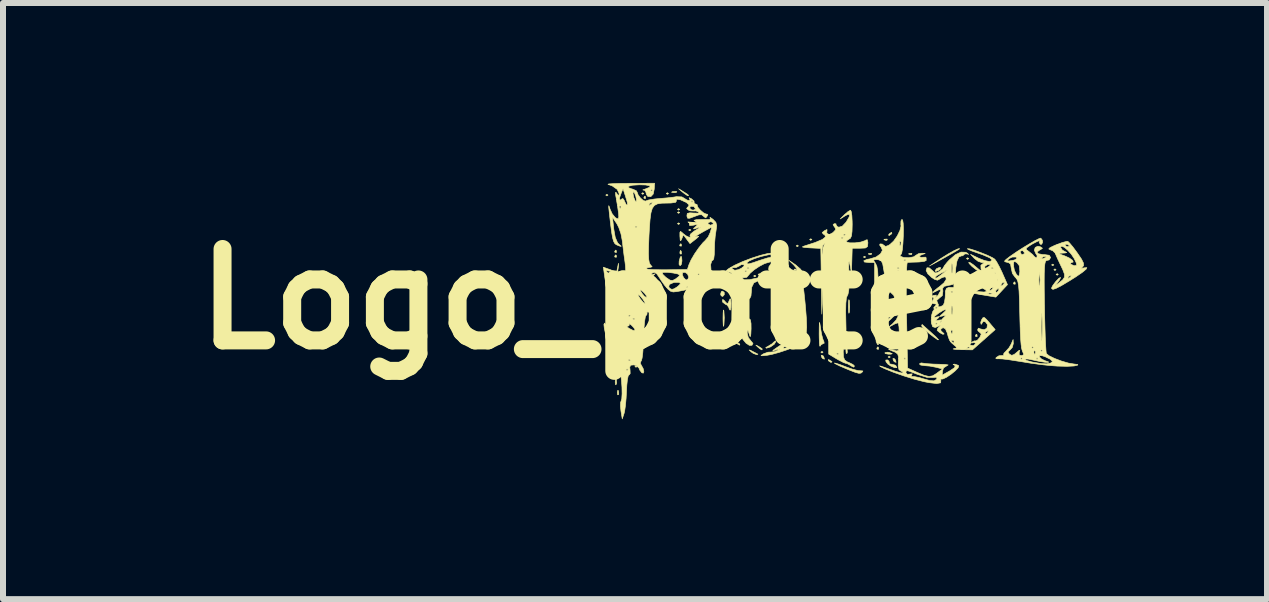
<source format=kicad_pcb>
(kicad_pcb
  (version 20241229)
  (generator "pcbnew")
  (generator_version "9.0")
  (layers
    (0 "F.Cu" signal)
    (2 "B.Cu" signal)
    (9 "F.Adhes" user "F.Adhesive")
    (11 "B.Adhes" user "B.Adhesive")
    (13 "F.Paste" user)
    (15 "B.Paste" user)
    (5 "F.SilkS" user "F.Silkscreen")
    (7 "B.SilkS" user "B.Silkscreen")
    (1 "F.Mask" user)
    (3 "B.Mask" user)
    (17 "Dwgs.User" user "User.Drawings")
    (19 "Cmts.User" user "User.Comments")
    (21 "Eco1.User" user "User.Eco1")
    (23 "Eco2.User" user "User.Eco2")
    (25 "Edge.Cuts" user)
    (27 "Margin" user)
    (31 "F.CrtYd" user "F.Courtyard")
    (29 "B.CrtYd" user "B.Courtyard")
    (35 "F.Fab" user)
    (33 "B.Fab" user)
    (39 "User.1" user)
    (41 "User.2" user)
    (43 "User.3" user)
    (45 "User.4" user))
  (footprint "Logo_potter"
    (layer "F.Cu")
    (at 6.938 1.936)
    (property "Reference" "Logo_potter" (at 0 0 180) (layer "F.SilkS") (effects (font (size 1.524 1.524) (thickness 0.3))))
    (attr through_hole)
    (fp_poly (pts (xy 0.294 -0.45) (xy 0.289 -0.452) (xy 0.295 -0.456) (xy 0.294 -0.45)) (stroke (width 0.01) (type solid)) (fill yes) (layer "F.SilkS"))
    (fp_poly (pts (xy 0.149 -1.733) (xy 0.131 -1.72) (xy 0.112 -1.733) (xy 0.131 -1.746) (xy 0.149 -1.733)) (stroke (width 0.01) (type solid)) (fill yes) (layer "F.SilkS"))
    (fp_poly (pts (xy 0.261 0.384) (xy 0.243 0.397) (xy 0.224 0.384) (xy 0.243 0.37) (xy 0.261 0.384)) (stroke (width 0.01) (type solid)) (fill yes) (layer "F.SilkS"))
    (fp_poly (pts (xy 0.635 1.124) (xy 0.616 1.138) (xy 0.598 1.124) (xy 0.616 1.111) (xy 0.635 1.124)) (stroke (width 0.01) (type solid)) (fill yes) (layer "F.SilkS"))
    (fp_poly (pts (xy 0.747 -1.759) (xy 0.728 -1.746) (xy 0.71 -1.759) (xy 0.728 -1.773) (xy 0.747 -1.759)) (stroke (width 0.01) (type solid)) (fill yes) (layer "F.SilkS"))
    (fp_poly (pts (xy 1.158 -1.759) (xy 1.139 -1.746) (xy 1.121 -1.759) (xy 1.139 -1.773) (xy 1.158 -1.759)) (stroke (width 0.01) (type solid)) (fill yes) (layer "F.SilkS"))
    (fp_poly (pts (xy 1.345 -1.495) (xy 1.326 -1.482) (xy 1.307 -1.495) (xy 1.326 -1.508) (xy 1.345 -1.495)) (stroke (width 0.01) (type solid)) (fill yes) (layer "F.SilkS"))
    (fp_poly (pts (xy 1.345 -1.442) (xy 1.326 -1.429) (xy 1.307 -1.442) (xy 1.326 -1.455) (xy 1.345 -1.442)) (stroke (width 0.01) (type solid)) (fill yes) (layer "F.SilkS"))
    (fp_poly (pts (xy 1.345 -1.257) (xy 1.326 -1.244) (xy 1.307 -1.257) (xy 1.326 -1.27) (xy 1.345 -1.257)) (stroke (width 0.01) (type solid)) (fill yes) (layer "F.SilkS"))
    (fp_poly (pts (xy 1.531 -1.151) (xy 1.513 -1.138) (xy 1.494 -1.151) (xy 1.513 -1.164) (xy 1.531 -1.151)) (stroke (width 0.01) (type solid)) (fill yes) (layer "F.SilkS"))
    (fp_poly (pts (xy 2.615 -0.384) (xy 2.596 -0.37) (xy 2.577 -0.384) (xy 2.596 -0.397) (xy 2.615 -0.384)) (stroke (width 0.01) (type solid)) (fill yes) (layer "F.SilkS"))
    (fp_poly (pts (xy 2.689 -0.41) (xy 2.671 -0.397) (xy 2.652 -0.41) (xy 2.671 -0.423) (xy 2.689 -0.41)) (stroke (width 0.01) (type solid)) (fill yes) (layer "F.SilkS"))
    (fp_poly (pts (xy 3.026 -0.728) (xy 3.007 -0.714) (xy 2.988 -0.728) (xy 3.007 -0.741) (xy 3.026 -0.728)) (stroke (width 0.01) (type solid)) (fill yes) (layer "F.SilkS"))
    (fp_poly (pts (xy 3.026 -0.648) (xy 3.007 -0.635) (xy 2.988 -0.648) (xy 3.007 -0.661) (xy 3.026 -0.648)) (stroke (width 0.01) (type solid)) (fill yes) (layer "F.SilkS"))
    (fp_poly (pts (xy 3.138 -0.675) (xy 3.119 -0.661) (xy 3.1 -0.675) (xy 3.119 -0.688) (xy 3.138 -0.675)) (stroke (width 0.01) (type solid)) (fill yes) (layer "F.SilkS"))
    (fp_poly (pts (xy 3.287 -0.489) (xy 3.268 -0.476) (xy 3.25 -0.489) (xy 3.268 -0.503) (xy 3.287 -0.489)) (stroke (width 0.01) (type solid)) (fill yes) (layer "F.SilkS"))
    (fp_poly (pts (xy 3.324 -0.886) (xy 3.306 -0.873) (xy 3.287 -0.886) (xy 3.306 -0.9) (xy 3.324 -0.886)) (stroke (width 0.01) (type solid)) (fill yes) (layer "F.SilkS"))
    (fp_poly (pts (xy 3.549 -0.992) (xy 3.53 -0.979) (xy 3.511 -0.992) (xy 3.53 -1.005) (xy 3.549 -0.992)) (stroke (width 0.01) (type solid)) (fill yes) (layer "F.SilkS"))
    (fp_poly (pts (xy 3.735 0.886) (xy 3.717 0.9) (xy 3.698 0.886) (xy 3.717 0.873) (xy 3.735 0.886)) (stroke (width 0.01) (type solid)) (fill yes) (layer "F.SilkS"))
    (fp_poly (pts (xy 4.445 -0.701) (xy 4.426 -0.688) (xy 4.408 -0.701) (xy 4.426 -0.714) (xy 4.445 -0.701)) (stroke (width 0.01) (type solid)) (fill yes) (layer "F.SilkS"))
    (fp_poly (pts (xy 4.781 0.489) (xy 4.763 0.503) (xy 4.744 0.489) (xy 4.763 0.476) (xy 4.781 0.489)) (stroke (width 0.01) (type solid)) (fill yes) (layer "F.SilkS"))
    (fp_poly (pts (xy 4.819 0.569) (xy 4.8 0.582) (xy 4.781 0.569) (xy 4.8 0.556) (xy 4.819 0.569)) (stroke (width 0.01) (type solid)) (fill yes) (layer "F.SilkS"))
    (fp_poly (pts (xy 4.856 0.146) (xy 4.837 0.159) (xy 4.819 0.146) (xy 4.837 0.132) (xy 4.856 0.146)) (stroke (width 0.01) (type solid)) (fill yes) (layer "F.SilkS"))
    (fp_poly (pts (xy 4.856 0.966) (xy 4.837 0.979) (xy 4.819 0.966) (xy 4.837 0.953) (xy 4.856 0.966)) (stroke (width 0.01) (type solid)) (fill yes) (layer "F.SilkS"))
    (fp_poly (pts (xy 4.893 0.542) (xy 4.875 0.556) (xy 4.856 0.542) (xy 4.875 0.529) (xy 4.893 0.542)) (stroke (width 0.01) (type solid)) (fill yes) (layer "F.SilkS"))
    (fp_poly (pts (xy 4.931 0.146) (xy 4.912 0.159) (xy 4.893 0.146) (xy 4.912 0.132) (xy 4.931 0.146)) (stroke (width 0.01) (type solid)) (fill yes) (layer "F.SilkS"))
    (fp_poly (pts (xy 5.454 -0.119) (xy 5.435 -0.106) (xy 5.416 -0.119) (xy 5.435 -0.132) (xy 5.454 -0.119)) (stroke (width 0.01) (type solid)) (fill yes) (layer "F.SilkS"))
    (fp_poly (pts (xy 6.163 -0.675) (xy 6.145 -0.661) (xy 6.126 -0.675) (xy 6.145 -0.688) (xy 6.163 -0.675)) (stroke (width 0.01) (type solid)) (fill yes) (layer "F.SilkS"))
    (fp_poly (pts (xy 7.583 -0.569) (xy 7.564 -0.556) (xy 7.545 -0.569) (xy 7.564 -0.582) (xy 7.583 -0.569)) (stroke (width 0.01) (type solid)) (fill yes) (layer "F.SilkS"))
    (fp_poly (pts (xy 7.62 -0.489) (xy 7.601 -0.476) (xy 7.583 -0.489) (xy 7.601 -0.503) (xy 7.62 -0.489)) (stroke (width 0.01) (type solid)) (fill yes) (layer "F.SilkS"))
    (fp_poly (pts (xy 7.657 -0.41) (xy 7.639 -0.397) (xy 7.62 -0.41) (xy 7.639 -0.423) (xy 7.657 -0.41)) (stroke (width 0.01) (type solid)) (fill yes) (layer "F.SilkS"))
    (fp_poly (pts (xy 0.249 0.485) (xy 0.253 0.516) (xy 0.249 0.52) (xy 0.227 0.517) (xy 0.224 0.503) (xy 0.238 0.481) (xy 0.249 0.485)) (stroke (width 0.01) (type solid)) (fill yes) (layer "F.SilkS"))
    (fp_poly (pts (xy 0.286 -0.811) (xy 0.291 -0.78) (xy 0.286 -0.776) (xy 0.264 -0.78) (xy 0.261 -0.794) (xy 0.275 -0.816) (xy 0.286 -0.811)) (stroke (width 0.01) (type solid)) (fill yes) (layer "F.SilkS"))
    (fp_poly (pts (xy 0.286 -0.732) (xy 0.291 -0.701) (xy 0.286 -0.697) (xy 0.264 -0.7) (xy 0.261 -0.714) (xy 0.275 -0.736) (xy 0.286 -0.732)) (stroke (width 0.01) (type solid)) (fill yes) (layer "F.SilkS"))
    (fp_poly (pts (xy 0.324 1.528) (xy 0.328 1.582) (xy 0.324 1.594) (xy 0.31 1.597) (xy 0.305 1.561) (xy 0.311 1.523) (xy 0.324 1.528)) (stroke (width 0.01) (type solid)) (fill yes) (layer "F.SilkS"))
    (fp_poly (pts (xy 0.772 -1.711) (xy 0.776 -1.68) (xy 0.772 -1.676) (xy 0.75 -1.679) (xy 0.747 -1.693) (xy 0.761 -1.715) (xy 0.772 -1.711)) (stroke (width 0.01) (type solid)) (fill yes) (layer "F.SilkS"))
    (fp_poly (pts (xy 1.297 -1.789) (xy 1.286 -1.777) (xy 1.248 -1.775) (xy 1.208 -1.781) (xy 1.226 -1.791) (xy 1.284 -1.794) (xy 1.297 -1.789)) (stroke (width 0.01) (type solid)) (fill yes) (layer "F.SilkS"))
    (fp_poly (pts (xy 1.37 -0.917) (xy 1.374 -0.886) (xy 1.37 -0.882) (xy 1.347 -0.886) (xy 1.345 -0.9) (xy 1.358 -0.921) (xy 1.37 -0.917)) (stroke (width 0.01) (type solid)) (fill yes) (layer "F.SilkS"))
    (fp_poly (pts (xy 1.37 -0.799) (xy 1.375 -0.757) (xy 1.367 -0.748) (xy 1.35 -0.756) (xy 1.348 -0.783) (xy 1.357 -0.811) (xy 1.37 -0.799)) (stroke (width 0.01) (type solid)) (fill yes) (layer "F.SilkS"))
    (fp_poly (pts (xy 2.042 -0.229) (xy 2.046 -0.198) (xy 2.042 -0.194) (xy 2.02 -0.198) (xy 2.017 -0.212) (xy 2.031 -0.233) (xy 2.042 -0.229)) (stroke (width 0.01) (type solid)) (fill yes) (layer "F.SilkS"))
    (fp_poly (pts (xy 2.192 -0.322) (xy 2.196 -0.281) (xy 2.189 -0.272) (xy 2.172 -0.28) (xy 2.169 -0.306) (xy 2.179 -0.335) (xy 2.192 -0.322)) (stroke (width 0.01) (type solid)) (fill yes) (layer "F.SilkS"))
    (fp_poly (pts (xy 2.938 -0.245) (xy 2.943 -0.191) (xy 2.938 -0.179) (xy 2.925 -0.175) (xy 2.919 -0.212) (xy 2.925 -0.249) (xy 2.938 -0.245)) (stroke (width 0.01) (type solid)) (fill yes) (layer "F.SilkS"))
    (fp_poly (pts (xy 4.545 -0.758) (xy 4.539 -0.743) (xy 4.52 -0.741) (xy 4.489 -0.751) (xy 4.495 -0.758) (xy 4.539 -0.762) (xy 4.545 -0.758)) (stroke (width 0.01) (type solid)) (fill yes) (layer "F.SilkS"))
    (fp_poly (pts (xy 4.657 0.803) (xy 4.661 0.834) (xy 4.657 0.838) (xy 4.634 0.834) (xy 4.632 0.82) (xy 4.645 0.798) (xy 4.657 0.803)) (stroke (width 0.01) (type solid)) (fill yes) (layer "F.SilkS"))
    (fp_poly (pts (xy 4.806 -0.997) (xy 4.801 -0.981) (xy 4.781 -0.979) (xy 4.75 -0.989) (xy 4.756 -0.997) (xy 4.801 -1) (xy 4.806 -0.997)) (stroke (width 0.01) (type solid)) (fill yes) (layer "F.SilkS"))
    (fp_poly (pts (xy 5.217 -0.758) (xy 5.212 -0.743) (xy 5.192 -0.741) (xy 5.161 -0.751) (xy 5.167 -0.758) (xy 5.211 -0.762) (xy 5.217 -0.758)) (stroke (width 0.01) (type solid)) (fill yes) (layer "F.SilkS"))
    (fp_poly (pts (xy 5.442 -0.031) (xy 5.446 0.01) (xy 5.439 0.019) (xy 5.422 0.011) (xy 5.419 -0.015) (xy 5.428 -0.044) (xy 5.442 -0.031)) (stroke (width 0.01) (type solid)) (fill yes) (layer "F.SilkS"))
    (fp_poly (pts (xy 6.3 0.591) (xy 6.305 0.622) (xy 6.3 0.626) (xy 6.278 0.623) (xy 6.275 0.609) (xy 6.289 0.587) (xy 6.3 0.591)) (stroke (width 0.01) (type solid)) (fill yes) (layer "F.SilkS"))
    (fp_poly (pts (xy 6.935 -0.282) (xy 6.94 -0.251) (xy 6.935 -0.247) (xy 6.913 -0.251) (xy 6.91 -0.265) (xy 6.924 -0.286) (xy 6.935 -0.282)) (stroke (width 0.01) (type solid)) (fill yes) (layer "F.SilkS"))
    (fp_poly (pts (xy 0.322 -0.591) (xy 0.325 -0.595) (xy 0.323 -0.548) (xy 0.322 -0.529) (xy 0.312 -0.467) (xy 0.295 -0.456) (xy 0.311 -0.536) (xy 0.322 -0.591)) (stroke (width 0.01) (type solid)) (fill yes) (layer "F.SilkS"))
    (fp_poly (pts (xy 1.41 -1.788) (xy 1.47 -1.75) (xy 1.494 -1.729) (xy 1.477 -1.722) (xy 1.424 -1.758) (xy 1.397 -1.779) (xy 1.326 -1.839) (xy 1.41 -1.788)) (stroke (width 0.01) (type solid)) (fill yes) (layer "F.SilkS"))
    (fp_poly (pts (xy 2.087 -0.112) (xy 2.088 -0.073) (xy 2.062 -0.043) (xy 2.036 -0.054) (xy 2.027 -0.081) (xy 2.038 -0.123) (xy 2.057 -0.132) (xy 2.087 -0.112)) (stroke (width 0.01) (type solid)) (fill yes) (layer "F.SilkS"))
    (fp_poly (pts (xy 3.734 0.945) (xy 3.748 0.965) (xy 3.758 1.002) (xy 3.733 0.995) (xy 3.715 0.977) (xy 3.704 0.943) (xy 3.708 0.936) (xy 3.734 0.945)) (stroke (width 0.01) (type solid)) (fill yes) (layer "F.SilkS"))
    (fp_poly (pts (xy 3.842 1.016) (xy 3.881 1.041) (xy 3.885 1.047) (xy 3.867 1.058) (xy 3.83 1.033) (xy 3.825 1.028) (xy 3.821 1.01) (xy 3.842 1.016)) (stroke (width 0.01) (type solid)) (fill yes) (layer "F.SilkS"))
    (fp_poly (pts (xy 4.649 0.664) (xy 4.661 0.703) (xy 4.66 0.757) (xy 4.645 0.761) (xy 4.621 0.714) (xy 4.616 0.667) (xy 4.627 0.65) (xy 4.649 0.664)) (stroke (width 0.01) (type solid)) (fill yes) (layer "F.SilkS"))
    (fp_poly (pts (xy 4.802 0.018) (xy 4.795 0.038) (xy 4.765 0.076) (xy 4.746 0.069) (xy 4.744 0.054) (xy 4.771 0.019) (xy 4.781 0.013) (xy 4.802 0.018)) (stroke (width 0.01) (type solid)) (fill yes) (layer "F.SilkS"))
    (fp_poly (pts (xy 4.838 0.89) (xy 4.889 0.91) (xy 4.868 0.919) (xy 4.821 0.919) (xy 4.77 0.908) (xy 4.766 0.895) (xy 4.811 0.886) (xy 4.838 0.89)) (stroke (width 0.01) (type solid)) (fill yes) (layer "F.SilkS"))
    (fp_poly (pts (xy 4.929 0.998) (xy 4.943 1.018) (xy 4.953 1.055) (xy 4.928 1.048) (xy 4.91 1.03) (xy 4.899 0.995) (xy 4.904 0.989) (xy 4.929 0.998)) (stroke (width 0.01) (type solid)) (fill yes) (layer "F.SilkS"))
    (fp_poly (pts (xy 5.7 -0.522) (xy 5.69 -0.498) (xy 5.66 -0.477) (xy 5.613 -0.46) (xy 5.603 -0.471) (xy 5.626 -0.506) (xy 5.673 -0.526) (xy 5.7 -0.522)) (stroke (width 0.01) (type solid)) (fill yes) (layer "F.SilkS"))
    (fp_poly (pts (xy 0.25 1.144) (xy 0.256 1.211) (xy 0.25 1.237) (xy 0.239 1.245) (xy 0.233 1.209) (xy 0.233 1.191) (xy 0.237 1.142) (xy 0.246 1.137) (xy 0.25 1.144)) (stroke (width 0.01) (type solid)) (fill yes) (layer "F.SilkS"))
    (fp_poly (pts (xy 0.287 1.33) (xy 0.293 1.397) (xy 0.287 1.422) (xy 0.276 1.43) (xy 0.27 1.394) (xy 0.27 1.376) (xy 0.274 1.328) (xy 0.284 1.322) (xy 0.287 1.33)) (stroke (width 0.01) (type solid)) (fill yes) (layer "F.SilkS"))
    (fp_poly (pts (xy 2.261 0.696) (xy 2.288 0.711) (xy 2.346 0.75) (xy 2.346 0.767) (xy 2.339 0.767) (xy 2.308 0.749) (xy 2.274 0.721) (xy 2.241 0.69) (xy 2.261 0.696)) (stroke (width 0.01) (type solid)) (fill yes) (layer "F.SilkS"))
    (fp_poly (pts (xy 2.634 0.776) (xy 2.661 0.79) (xy 2.719 0.829) (xy 2.719 0.846) (xy 2.713 0.847) (xy 2.681 0.829) (xy 2.647 0.8) (xy 2.615 0.769) (xy 2.634 0.776)) (stroke (width 0.01) (type solid)) (fill yes) (layer "F.SilkS"))
    (fp_poly (pts (xy 4.133 0.823) (xy 4.135 0.827) (xy 4.14 0.885) (xy 4.133 0.907) (xy 4.121 0.908) (xy 4.116 0.866) (xy 4.116 0.86) (xy 4.121 0.819) (xy 4.133 0.823)) (stroke (width 0.01) (type solid)) (fill yes) (layer "F.SilkS"))
    (fp_poly (pts (xy 4.807 0.229) (xy 4.8 0.238) (xy 4.765 0.263) (xy 4.758 0.265) (xy 4.756 0.247) (xy 4.763 0.238) (xy 4.798 0.213) (xy 4.804 0.212) (xy 4.807 0.229)) (stroke (width 0.01) (type solid)) (fill yes) (layer "F.SilkS"))
    (fp_poly (pts (xy 4.882 -1.094) (xy 4.875 -1.085) (xy 4.839 -1.06) (xy 4.833 -1.058) (xy 4.83 -1.075) (xy 4.837 -1.085) (xy 4.872 -1.11) (xy 4.879 -1.111) (xy 4.882 -1.094)) (stroke (width 0.01) (type solid)) (fill yes) (layer "F.SilkS"))
    (fp_poly (pts (xy 2.521 0.853) (xy 2.559 0.872) (xy 2.622 0.905) (xy 2.649 0.919) (xy 2.637 0.926) (xy 2.626 0.926) (xy 2.573 0.907) (xy 2.535 0.88) (xy 2.503 0.849) (xy 2.521 0.853)) (stroke (width 0.01) (type solid)) (fill yes) (layer "F.SilkS"))
    (fp_poly (pts (xy 4.647 0.472) (xy 4.648 0.518) (xy 4.631 0.582) (xy 4.611 0.6) (xy 4.597 0.571) (xy 4.594 0.534) (xy 4.603 0.476) (xy 4.625 0.45) (xy 4.627 0.45) (xy 4.647 0.472)) (stroke (width 0.01) (type solid)) (fill yes) (layer "F.SilkS"))
    (fp_poly (pts (xy 2.95 0.706) (xy 2.923 0.752) (xy 2.859 0.798) (xy 2.793 0.819) (xy 2.789 0.819) (xy 2.779 0.809) (xy 2.81 0.792) (xy 2.885 0.746) (xy 2.911 0.72) (xy 2.941 0.696) (xy 2.95 0.706)) (stroke (width 0.01) (type solid)) (fill yes) (layer "F.SilkS"))
    (fp_poly (pts (xy 2.082 0.205) (xy 2.088 0.31) (xy 2.083 0.419) (xy 2.082 0.43) (xy 2.076 0.456) (xy 2.071 0.435) (xy 2.068 0.371) (xy 2.067 0.318) (xy 2.069 0.232) (xy 2.073 0.185) (xy 2.078 0.184) (xy 2.082 0.205)) (stroke (width 0.01) (type solid)) (fill yes) (layer "F.SilkS"))
    (fp_poly (pts (xy 4.172 0.023) (xy 4.173 0.034) (xy 4.179 0.127) (xy 4.174 0.216) (xy 4.173 0.219) (xy 4.166 0.237) (xy 4.161 0.209) (xy 4.158 0.14) (xy 4.158 0.119) (xy 4.16 0.044) (xy 4.165 0.01) (xy 4.172 0.023)) (stroke (width 0.01) (type solid)) (fill yes) (layer "F.SilkS"))
    (fp_poly (pts (xy 6.014 -0.839) (xy 5.986 -0.82) (xy 5.913 -0.776) (xy 5.808 -0.717) (xy 5.762 -0.691) (xy 5.51 -0.552) (xy 5.696 -0.674) (xy 5.818 -0.75) (xy 5.919 -0.807) (xy 5.988 -0.838) (xy 6.014 -0.839) (xy 6.014 -0.839)) (stroke (width 0.01) (type solid)) (fill yes) (layer "F.SilkS"))
    (fp_poly (pts (xy 1.378 -0.691) (xy 1.382 -0.636) (xy 1.382 -0.635) (xy 1.373 -0.579) (xy 1.352 -0.556) (xy 1.351 -0.556) (xy 1.334 -0.578) (xy 1.336 -0.633) (xy 1.337 -0.635) (xy 1.352 -0.691) (xy 1.367 -0.714) (xy 1.368 -0.714) (xy 1.378 -0.691)) (stroke (width 0.01) (type solid)) (fill yes) (layer "F.SilkS"))
    (fp_poly (pts (xy 5.389 0.426) (xy 5.417 0.451) (xy 5.476 0.504) (xy 5.541 0.562) (xy 5.626 0.64) (xy 5.661 0.679) (xy 5.647 0.679) (xy 5.586 0.637) (xy 5.514 0.582) (xy 5.438 0.517) (xy 5.389 0.465) (xy 5.379 0.445) (xy 5.386 0.424) (xy 5.389 0.426)) (stroke (width 0.01) (type solid)) (fill yes) (layer "F.SilkS"))
    (fp_poly (pts (xy 4.819 1.019) (xy 4.841 1.051) (xy 4.836 1.06) (xy 4.845 1.082) (xy 4.87 1.085) (xy 4.936 1.101) (xy 4.951 1.113) (xy 4.966 1.145) (xy 4.929 1.144) (xy 4.865 1.118) (xy 4.815 1.084) (xy 4.784 1.045) (xy 4.78 1.017) (xy 4.808 1.015) (xy 4.819 1.019)) (stroke (width 0.01) (type solid)) (fill yes) (layer "F.SilkS"))
    (fp_poly (pts (xy 3.951 1.071) (xy 4.028 1.097) (xy 4.118 1.131) (xy 4.231 1.171) (xy 4.323 1.194) (xy 4.366 1.196) (xy 4.399 1.199) (xy 4.392 1.214) (xy 4.367 1.235) (xy 4.333 1.239) (xy 4.273 1.223) (xy 4.171 1.183) (xy 4.118 1.161) (xy 4.015 1.117) (xy 3.944 1.082) (xy 3.922 1.067) (xy 3.951 1.071)) (stroke (width 0.01) (type solid)) (fill yes) (layer "F.SilkS"))
    (fp_poly (pts (xy 3.683 0.417) (xy 3.694 0.485) (xy 3.696 0.504) (xy 3.713 0.598) (xy 3.733 0.672) (xy 3.749 0.709) (xy 3.754 0.737) (xy 3.74 0.741) (xy 3.701 0.763) (xy 3.686 0.787) (xy 3.679 0.783) (xy 3.674 0.735) (xy 3.671 0.651) (xy 3.67 0.582) (xy 3.671 0.469) (xy 3.673 0.405) (xy 3.676 0.389) (xy 3.683 0.417)) (stroke (width 0.01) (type solid)) (fill yes) (layer "F.SilkS"))
    (fp_poly (pts (xy 2.196 0.007) (xy 2.2 0.069) (xy 2.2 0.073) (xy 2.198 0.141) (xy 2.19 0.181) (xy 2.185 0.185) (xy 2.169 0.164) (xy 2.166 0.145) (xy 2.136 0.101) (xy 2.11 0.089) (xy 2.062 0.053) (xy 2.056 0.03) (xy 2.063 0.006) (xy 2.089 0.026) (xy 2.1 0.04) (xy 2.134 0.075) (xy 2.154 0.064) (xy 2.17 0.026) (xy 2.186 -0.005) (xy 2.196 0.007)) (stroke (width 0.01) (type solid)) (fill yes) (layer "F.SilkS"))
    (fp_poly (pts (xy 2.988 -0.089) (xy 2.994 -0.017) (xy 2.994 0.078) (xy 2.994 0.093) (xy 2.994 0.196) (xy 3.004 0.283) (xy 3.02 0.337) (xy 3.022 0.339) (xy 3.039 0.391) (xy 3.026 0.413) (xy 3.003 0.452) (xy 2.984 0.523) (xy 2.978 0.556) (xy 2.973 0.572) (xy 2.968 0.541) (xy 2.963 0.469) (xy 2.959 0.361) (xy 2.957 0.267) (xy 2.957 0.128) (xy 2.959 0.013) (xy 2.964 -0.072) (xy 2.972 -0.118) (xy 2.977 -0.123) (xy 2.988 -0.089)) (stroke (width 0.01) (type solid)) (fill yes) (layer "F.SilkS"))
    (fp_poly (pts (xy 7.846 -0.933) (xy 7.899 -0.87) (xy 7.963 -0.784) (xy 7.978 -0.763) (xy 8.045 -0.664) (xy 8.077 -0.599) (xy 8.079 -0.559) (xy 8.065 -0.54) (xy 8.041 -0.513) (xy 8.077 -0.517) (xy 8.087 -0.52) (xy 8.133 -0.524) (xy 8.122 -0.499) (xy 8.059 -0.446) (xy 7.947 -0.369) (xy 7.847 -0.306) (xy 7.711 -0.225) (xy 7.62 -0.178) (xy 7.568 -0.161) (xy 7.547 -0.173) (xy 7.545 -0.185) (xy 7.563 -0.222) (xy 7.608 -0.283) (xy 7.62 -0.297) (xy 7.666 -0.345) (xy 7.693 -0.36) (xy 7.695 -0.356) (xy 7.676 -0.316) (xy 7.636 -0.264) (xy 7.604 -0.227) (xy 7.612 -0.227) (xy 7.664 -0.266) (xy 7.673 -0.273) (xy 7.731 -0.321) (xy 7.748 -0.346) (xy 7.816 -0.346) (xy 7.821 -0.344) (xy 7.855 -0.363) (xy 7.863 -0.37) (xy 7.872 -0.395) (xy 7.867 -0.397) (xy 7.833 -0.378) (xy 7.825 -0.37) (xy 7.816 -0.346) (xy 7.748 -0.346) (xy 7.76 -0.364) (xy 7.76 -0.415) (xy 7.732 -0.49) (xy 7.693 -0.571) (xy 7.651 -0.66) (xy 7.619 -0.732) (xy 7.607 -0.763) (xy 7.675 -0.763) (xy 7.676 -0.753) (xy 7.739 -0.728) (xy 7.758 -0.722) (xy 7.841 -0.684) (xy 7.894 -0.646) (xy 7.906 -0.617) (xy 7.878 -0.609) (xy 7.857 -0.592) (xy 7.863 -0.582) (xy 7.917 -0.557) (xy 7.936 -0.556) (xy 7.962 -0.565) (xy 7.957 -0.602) (xy 7.923 -0.674) (xy 7.874 -0.748) (xy 7.816 -0.813) (xy 7.759 -0.861) (xy 7.715 -0.882) (xy 7.695 -0.867) (xy 7.695 -0.862) (xy 7.724 -0.817) (xy 7.76 -0.796) (xy 7.798 -0.776) (xy 7.772 -0.768) (xy 7.732 -0.766) (xy 7.675 -0.763) (xy 7.607 -0.763) (xy 7.606 -0.765) (xy 7.565 -0.805) (xy 7.527 -0.82) (xy 7.498 -0.835) (xy 7.519 -0.857) (xy 7.598 -0.895) (xy 7.614 -0.901) (xy 7.769 -0.901) (xy 7.797 -0.874) (xy 7.807 -0.873) (xy 7.843 -0.882) (xy 7.844 -0.885) (xy 7.818 -0.907) (xy 7.807 -0.913) (xy 7.772 -0.911) (xy 7.769 -0.901) (xy 7.614 -0.901) (xy 7.624 -0.905) (xy 7.723 -0.942) (xy 7.795 -0.961) (xy 7.817 -0.961) (xy 7.846 -0.933)) (stroke (width 0.01) (type solid)) (fill yes) (layer "F.SilkS"))
    (fp_poly (pts (xy 4.205 -1.457) (xy 4.215 -1.392) (xy 4.22 -1.297) (xy 4.221 -1.246) (xy 4.218 -1.129) (xy 4.209 -1.054) (xy 4.191 -1.013) (xy 4.162 -0.995) (xy 4.124 -0.969) (xy 4.127 -0.953) (xy 4.179 -0.937) (xy 4.268 -0.937) (xy 4.365 -0.95) (xy 4.436 -0.974) (xy 4.45 -0.984) (xy 4.472 -0.989) (xy 4.482 -0.944) (xy 4.482 -0.933) (xy 4.476 -0.875) (xy 4.441 -0.851) (xy 4.356 -0.847) (xy 4.352 -0.847) (xy 4.221 -0.847) (xy 4.215 -0.642) (xy 4.209 -0.437) (xy 4.181 -0.582) (xy 4.17 -0.625) (xy 4.164 -0.616) (xy 4.163 -0.554) (xy 4.166 -0.439) (xy 4.167 -0.411) (xy 4.17 -0.262) (xy 4.164 -0.149) (xy 4.151 -0.08) (xy 4.141 -0.061) (xy 4.124 -0.019) (xy 4.115 0.072) (xy 4.112 0.208) (xy 4.115 0.357) (xy 4.118 0.492) (xy 4.117 0.607) (xy 4.112 0.691) (xy 4.104 0.736) (xy 4.1 0.741) (xy 4.084 0.765) (xy 4.074 0.826) (xy 4.071 0.882) (xy 4.076 0.967) (xy 4.096 1.017) (xy 4.139 1.048) (xy 4.165 1.058) (xy 4.233 1.091) (xy 4.258 1.116) (xy 4.248 1.136) (xy 4.208 1.118) (xy 4.189 1.105) (xy 4.135 1.076) (xy 4.114 1.072) (xy 4.071 1.056) (xy 3.994 1.016) (xy 3.957 0.995) (xy 3.829 0.918) (xy 3.829 0.913) (xy 3.959 0.913) (xy 3.978 0.926) (xy 3.997 0.913) (xy 3.978 0.9) (xy 3.959 0.913) (xy 3.829 0.913) (xy 3.829 0.624) (xy 3.826 0.503) (xy 3.819 0.399) (xy 3.809 0.326) (xy 3.798 0.298) (xy 3.79 0.269) (xy 3.804 0.265) (xy 3.821 0.24) (xy 3.834 0.174) (xy 3.842 0.077) (xy 3.846 -0.04) (xy 3.846 -0.166) (xy 3.842 -0.289) (xy 3.838 -0.331) (xy 4.034 -0.331) (xy 4.053 -0.318) (xy 4.071 -0.331) (xy 4.053 -0.344) (xy 4.034 -0.331) (xy 3.838 -0.331) (xy 3.833 -0.398) (xy 3.821 -0.483) (xy 3.804 -0.533) (xy 3.802 -0.535) (xy 3.784 -0.552) (xy 3.77 -0.545) (xy 3.759 -0.508) (xy 3.75 -0.437) (xy 3.742 -0.324) (xy 3.734 -0.172) (xy 3.714 0.251) (xy 3.706 -0.296) (xy 3.698 -0.824) (xy 3.721 -0.824) (xy 3.726 -0.774) (xy 3.746 -0.691) (xy 3.774 -0.627) (xy 3.787 -0.611) (xy 3.812 -0.601) (xy 3.828 -0.629) (xy 3.838 -0.702) (xy 3.84 -0.727) (xy 3.84 -0.815) (xy 3.829 -0.881) (xy 3.815 -0.906) (xy 3.764 -0.924) (xy 3.731 -0.894) (xy 3.721 -0.824) (xy 3.698 -0.824) (xy 3.698 -0.844) (xy 3.521 -0.853) (xy 3.421 -0.86) (xy 3.389 -0.869) (xy 3.418 -0.883) (xy 3.418 -0.883) (xy 3.606 -0.944) (xy 3.724 -0.994) (xy 3.755 -1.019) (xy 4.034 -1.019) (xy 4.053 -1.005) (xy 4.071 -1.019) (xy 4.053 -1.032) (xy 4.034 -1.019) (xy 3.755 -1.019) (xy 3.776 -1.035) (xy 3.763 -1.07) (xy 3.76 -1.072) (xy 4.071 -1.072) (xy 4.09 -1.058) (xy 4.109 -1.072) (xy 4.09 -1.085) (xy 4.071 -1.072) (xy 3.76 -1.072) (xy 3.739 -1.083) (xy 3.72 -1.108) (xy 3.759 -1.14) (xy 3.8 -1.159) (xy 3.801 -1.15) (xy 3.797 -1.105) (xy 3.806 -1.09) (xy 3.841 -1.076) (xy 3.897 -1.106) (xy 3.902 -1.11) (xy 3.946 -1.157) (xy 3.933 -1.195) (xy 3.925 -1.201) (xy 3.902 -1.24) (xy 3.921 -1.256) (xy 3.951 -1.254) (xy 3.951 -1.24) (xy 3.972 -1.207) (xy 3.999 -1.198) (xy 4.056 -1.215) (xy 4.115 -1.277) (xy 4.12 -1.283) (xy 4.17 -1.368) (xy 4.178 -1.41) (xy 4.145 -1.409) (xy 4.102 -1.387) (xy 4.021 -1.336) (xy 4.093 -1.408) (xy 4.15 -1.457) (xy 4.191 -1.481) (xy 4.193 -1.481) (xy 4.205 -1.457)) (stroke (width 0.01) (type solid)) (fill yes) (layer "F.SilkS"))
    (fp_poly (pts (xy 2.92 -0.761) (xy 2.906 -0.753) (xy 2.825 -0.738) (xy 2.706 -0.711) (xy 2.593 -0.675) (xy 2.505 -0.637) (xy 2.466 -0.606) (xy 2.465 -0.603) (xy 2.472 -0.587) (xy 2.502 -0.587) (xy 2.568 -0.606) (xy 2.686 -0.647) (xy 2.692 -0.649) (xy 2.81 -0.686) (xy 2.894 -0.7) (xy 2.933 -0.691) (xy 2.916 -0.661) (xy 2.898 -0.647) (xy 2.842 -0.615) (xy 2.817 -0.609) (xy 2.757 -0.59) (xy 2.672 -0.545) (xy 2.585 -0.487) (xy 2.52 -0.431) (xy 2.5 -0.406) (xy 2.463 -0.363) (xy 2.428 -0.357) (xy 2.394 -0.355) (xy 2.391 -0.346) (xy 2.421 -0.321) (xy 2.507 -0.323) (xy 2.641 -0.351) (xy 2.711 -0.371) (xy 2.818 -0.409) (xy 2.857 -0.439) (xy 2.849 -0.453) (xy 2.827 -0.494) (xy 2.834 -0.544) (xy 2.864 -0.579) (xy 2.879 -0.582) (xy 2.897 -0.563) (xy 2.891 -0.545) (xy 2.89 -0.503) (xy 2.93 -0.492) (xy 2.984 -0.515) (xy 2.995 -0.525) (xy 3.042 -0.553) (xy 3.101 -0.572) (xy 3.149 -0.575) (xy 3.159 -0.56) (xy 3.156 -0.555) (xy 3.167 -0.525) (xy 3.21 -0.491) (xy 3.272 -0.464) (xy 3.3 -0.475) (xy 3.29 -0.516) (xy 3.243 -0.572) (xy 3.163 -0.648) (xy 3.279 -0.569) (xy 3.359 -0.499) (xy 3.412 -0.426) (xy 3.419 -0.41) (xy 3.43 -0.36) (xy 3.418 -0.355) (xy 3.399 -0.37) (xy 3.368 -0.393) (xy 3.373 -0.371) (xy 3.379 -0.359) (xy 3.389 -0.316) (xy 3.402 -0.23) (xy 3.417 -0.112) (xy 3.432 0.029) (xy 3.442 0.134) (xy 3.457 0.325) (xy 3.462 0.471) (xy 3.453 0.58) (xy 3.427 0.661) (xy 3.379 0.723) (xy 3.308 0.772) (xy 3.209 0.817) (xy 3.143 0.843) (xy 3.008 0.888) (xy 2.877 0.924) (xy 2.8 0.938) (xy 2.718 0.946) (xy 2.7 0.94) (xy 2.737 0.916) (xy 2.744 0.912) (xy 2.817 0.886) (xy 2.862 0.884) (xy 2.923 0.878) (xy 2.975 0.857) (xy 3.017 0.831) (xy 3.002 0.832) (xy 2.951 0.849) (xy 2.9 0.865) (xy 2.898 0.857) (xy 2.948 0.821) (xy 2.972 0.805) (xy 3.068 0.805) (xy 3.077 0.819) (xy 3.098 0.82) (xy 3.149 0.801) (xy 3.156 0.794) (xy 3.15 0.779) (xy 3.121 0.784) (xy 3.068 0.805) (xy 2.972 0.805) (xy 2.975 0.803) (xy 3.092 0.725) (xy 3.093 0.701) (xy 3.287 0.701) (xy 3.306 0.714) (xy 3.324 0.701) (xy 3.306 0.688) (xy 3.287 0.701) (xy 3.093 0.701) (xy 3.098 0.389) (xy 3.098 0.233) (xy 3.09 0.124) (xy 3.077 0.064) (xy 3.065 0.053) (xy 3.027 0.033) (xy 3.026 0.025) (xy 3.049 0.01) (xy 3.069 0.016) (xy 3.09 0.005) (xy 3.097 -0.043) (xy 3.091 -0.116) (xy 3.075 -0.199) (xy 3.05 -0.279) (xy 3.02 -0.343) (xy 3.005 -0.363) (xy 2.95 -0.401) (xy 2.902 -0.406) (xy 2.883 -0.379) (xy 2.891 -0.355) (xy 2.884 -0.327) (xy 2.814 -0.318) (xy 2.798 -0.318) (xy 2.661 -0.307) (xy 2.581 -0.27) (xy 2.545 -0.196) (xy 2.54 -0.13) (xy 2.533 -0.051) (xy 2.515 -0.014) (xy 2.503 -0.013) (xy 2.482 0.002) (xy 2.469 0.065) (xy 2.465 0.159) (xy 2.47 0.261) (xy 2.484 0.32) (xy 2.503 0.331) (xy 2.523 0.345) (xy 2.534 0.408) (xy 2.535 0.495) (xy 2.531 0.583) (xy 2.525 0.624) (xy 2.516 0.62) (xy 2.503 0.582) (xy 2.484 0.524) (xy 2.476 0.515) (xy 2.471 0.553) (xy 2.47 0.567) (xy 2.488 0.641) (xy 2.528 0.693) (xy 2.567 0.74) (xy 2.55 0.771) (xy 2.506 0.772) (xy 2.452 0.737) (xy 2.401 0.676) (xy 2.366 0.605) (xy 2.361 0.585) (xy 2.344 0.524) (xy 2.327 0.506) (xy 2.317 0.535) (xy 2.316 0.556) (xy 2.313 0.6) (xy 2.292 0.595) (xy 2.261 0.567) (xy 2.24 0.54) (xy 2.227 0.498) (xy 2.22 0.432) (xy 2.218 0.336) (xy 2.222 0.201) (xy 2.229 0.061) (xy 2.237 -0.118) (xy 2.239 -0.249) (xy 2.235 -0.342) (xy 2.225 -0.4) (xy 2.208 -0.432) (xy 2.205 -0.435) (xy 2.148 -0.461) (xy 2.116 -0.459) (xy 2.111 -0.463) (xy 2.428 -0.463) (xy 2.447 -0.45) (xy 2.465 -0.463) (xy 2.447 -0.476) (xy 2.428 -0.463) (xy 2.111 -0.463) (xy 2.11 -0.464) (xy 2.149 -0.497) (xy 2.166 -0.51) (xy 2.186 -0.521) (xy 2.212 -0.521) (xy 2.22 -0.506) (xy 2.262 -0.479) (xy 2.323 -0.49) (xy 2.374 -0.514) (xy 2.377 -0.516) (xy 2.465 -0.516) (xy 2.484 -0.503) (xy 2.503 -0.516) (xy 2.484 -0.529) (xy 2.465 -0.516) (xy 2.377 -0.516) (xy 2.418 -0.55) (xy 2.415 -0.573) (xy 2.372 -0.574) (xy 2.341 -0.553) (xy 2.282 -0.524) (xy 2.245 -0.524) (xy 2.212 -0.521) (xy 2.186 -0.521) (xy 2.261 -0.564) (xy 2.393 -0.624) (xy 2.542 -0.681) (xy 2.688 -0.728) (xy 2.809 -0.758) (xy 2.87 -0.765) (xy 2.92 -0.761)) (stroke (width 0.01) (type solid)) (fill yes) (layer "F.SilkS"))
    (fp_poly (pts (xy 7.391 -0.981) (xy 7.396 -0.949) (xy 7.381 -0.914) (xy 7.358 -0.913) (xy 7.338 -0.946) (xy 7.345 -0.958) (xy 7.347 -0.974) (xy 7.305 -0.96) (xy 7.233 -0.923) (xy 7.181 -0.891) (xy 7.125 -0.851) (xy 7.123 -0.825) (xy 7.168 -0.791) (xy 7.229 -0.742) (xy 7.256 -0.709) (xy 7.286 -0.688) (xy 7.3 -0.692) (xy 7.304 -0.725) (xy 7.281 -0.76) (xy 7.257 -0.816) (xy 7.273 -0.861) (xy 7.317 -0.881) (xy 7.359 -0.871) (xy 7.393 -0.847) (xy 7.363 -0.824) (xy 7.348 -0.818) (xy 7.302 -0.784) (xy 7.323 -0.756) (xy 7.402 -0.741) (xy 7.427 -0.741) (xy 7.506 -0.73) (xy 7.529 -0.692) (xy 7.529 -0.692) (xy 7.504 -0.652) (xy 7.472 -0.645) (xy 7.455 -0.641) (xy 7.442 -0.623) (xy 7.433 -0.586) (xy 7.427 -0.523) (xy 7.423 -0.431) (xy 7.422 -0.302) (xy 7.423 -0.132) (xy 7.426 0.085) (xy 7.427 0.106) (xy 7.43 0.302) (xy 7.435 0.483) (xy 7.44 0.641) (xy 7.446 0.769) (xy 7.452 0.86) (xy 7.457 0.906) (xy 7.458 0.909) (xy 7.502 0.945) (xy 7.594 0.99) (xy 7.71 1.034) (xy 7.827 1.068) (xy 7.923 1.084) (xy 7.934 1.085) (xy 7.982 1.092) (xy 7.982 1.101) (xy 7.921 1.116) (xy 7.802 1.122) (xy 7.642 1.118) (xy 7.508 1.108) (xy 7.371 1.093) (xy 7.195 1.069) (xy 7.016 1.04) (xy 6.989 1.036) (xy 6.843 1.013) (xy 6.723 0.998) (xy 6.65 0.995) (xy 6.638 0.997) (xy 6.616 0.992) (xy 6.616 0.992) (xy 7.022 0.992) (xy 7.041 1.005) (xy 7.043 1.004) (xy 7.097 1.004) (xy 7.129 1.024) (xy 7.21 1.047) (xy 7.237 1.053) (xy 7.375 1.076) (xy 7.464 1.08) (xy 7.526 1.067) (xy 7.537 1.063) (xy 7.561 1.038) (xy 7.523 1.004) (xy 7.518 1.001) (xy 7.437 0.961) (xy 7.388 0.945) (xy 7.344 0.944) (xy 7.344 0.967) (xy 7.378 1) (xy 7.437 1.029) (xy 7.448 1.032) (xy 7.497 1.05) (xy 7.488 1.057) (xy 7.435 1.054) (xy 7.353 1.042) (xy 7.256 1.021) (xy 7.251 1.02) (xy 7.159 1.001) (xy 7.104 0.999) (xy 7.097 1.004) (xy 7.043 1.004) (xy 7.06 0.992) (xy 7.284 0.992) (xy 7.303 1.005) (xy 7.321 0.992) (xy 7.303 0.979) (xy 7.284 0.992) (xy 7.06 0.992) (xy 7.041 0.979) (xy 7.022 0.992) (xy 6.616 0.992) (xy 6.62 0.976) (xy 6.667 0.946) (xy 6.702 0.943) (xy 6.746 0.94) (xy 6.745 0.932) (xy 6.75 0.904) (xy 6.782 0.872) (xy 6.836 0.812) (xy 6.872 0.75) (xy 6.904 0.675) (xy 6.907 0.744) (xy 6.889 0.809) (xy 6.854 0.847) (xy 6.818 0.883) (xy 6.842 0.918) (xy 6.881 0.939) (xy 6.923 0.923) (xy 6.957 0.895) (xy 7.004 0.855) (xy 7.016 0.856) (xy 7.005 0.889) (xy 7.005 0.933) (xy 7.042 0.944) (xy 7.082 0.929) (xy 7.074 0.902) (xy 7.065 0.884) (xy 7.249 0.884) (xy 7.256 0.918) (xy 7.269 0.919) (xy 7.278 0.883) (xy 7.272 0.868) (xy 7.258 0.86) (xy 7.359 0.86) (xy 7.377 0.873) (xy 7.396 0.86) (xy 7.377 0.847) (xy 7.359 0.86) (xy 7.258 0.86) (xy 7.255 0.858) (xy 7.249 0.884) (xy 7.065 0.884) (xy 7.059 0.87) (xy 7.046 0.825) (xy 7.044 0.807) (xy 7.209 0.807) (xy 7.228 0.82) (xy 7.246 0.807) (xy 7.228 0.794) (xy 7.209 0.807) (xy 7.044 0.807) (xy 7.037 0.759) (xy 7.029 0.667) (xy 7.023 0.541) (xy 7.021 0.463) (xy 7.373 0.463) (xy 7.374 0.579) (xy 7.376 0.658) (xy 7.379 0.694) (xy 7.384 0.684) (xy 7.386 0.656) (xy 7.391 0.531) (xy 7.391 0.389) (xy 7.386 0.286) (xy 7.382 0.242) (xy 7.378 0.248) (xy 7.375 0.298) (xy 7.374 0.391) (xy 7.373 0.463) (xy 7.021 0.463) (xy 7.018 0.375) (xy 7.013 0.181) (xy 7.009 0.004) (xy 7.003 -0.128) (xy 6.995 -0.222) (xy 6.984 -0.287) (xy 6.972 -0.318) (xy 7.334 -0.318) (xy 7.335 -0.238) (xy 7.34 -0.198) (xy 7.346 -0.204) (xy 7.348 -0.218) (xy 7.354 -0.318) (xy 7.348 -0.417) (xy 7.342 -0.44) (xy 7.337 -0.416) (xy 7.334 -0.35) (xy 7.334 -0.318) (xy 6.972 -0.318) (xy 6.968 -0.329) (xy 6.946 -0.356) (xy 6.938 -0.363) (xy 6.892 -0.427) (xy 6.873 -0.511) (xy 6.873 -0.511) (xy 6.865 -0.56) (xy 6.91 -0.56) (xy 6.925 -0.479) (xy 6.957 -0.415) (xy 6.987 -0.382) (xy 7.003 -0.388) (xy 7.013 -0.438) (xy 7.016 -0.46) (xy 7.006 -0.557) (xy 6.969 -0.605) (xy 6.929 -0.628) (xy 6.913 -0.613) (xy 6.91 -0.56) (xy 6.865 -0.56) (xy 6.862 -0.582) (xy 6.826 -0.608) (xy 6.817 -0.609) (xy 6.767 -0.622) (xy 6.761 -0.633) (xy 6.772 -0.645) (xy 6.805 -0.645) (xy 6.823 -0.636) (xy 6.837 -0.635) (xy 6.918 -0.649) (xy 6.942 -0.659) (xy 6.955 -0.669) (xy 7.362 -0.669) (xy 7.4 -0.675) (xy 7.407 -0.676) (xy 7.453 -0.697) (xy 7.453 -0.709) (xy 7.413 -0.706) (xy 7.386 -0.691) (xy 7.362 -0.669) (xy 6.955 -0.669) (xy 6.972 -0.683) (xy 6.948 -0.701) (xy 6.89 -0.7) (xy 6.843 -0.678) (xy 6.805 -0.645) (xy 6.772 -0.645) (xy 6.787 -0.661) (xy 6.855 -0.713) (xy 6.952 -0.78) (xy 6.955 -0.782) (xy 7.022 -0.782) (xy 7.042 -0.746) (xy 7.06 -0.741) (xy 7.096 -0.76) (xy 7.097 -0.766) (xy 7.07 -0.802) (xy 7.06 -0.807) (xy 7.028 -0.801) (xy 7.022 -0.782) (xy 6.955 -0.782) (xy 7.062 -0.851) (xy 7.174 -0.919) (xy 7.271 -0.975) (xy 7.34 -1.009) (xy 7.365 -1.016) (xy 7.391 -0.981)) (stroke (width 0.01) (type solid)) (fill yes) (layer "F.SilkS"))
    (fp_poly (pts (xy 5.062 -1.318) (xy 5.071 -1.262) (xy 5.075 -1.162) (xy 5.073 -1.052) (xy 5.067 -0.931) (xy 5.058 -0.831) (xy 5.046 -0.765) (xy 5.033 -0.741) (xy 5.018 -0.724) (xy 5.024 -0.714) (xy 5.08 -0.692) (xy 5.166 -0.689) (xy 5.246 -0.704) (xy 5.28 -0.728) (xy 5.33 -0.758) (xy 5.387 -0.764) (xy 5.438 -0.76) (xy 5.417 -0.751) (xy 5.407 -0.749) (xy 5.351 -0.726) (xy 5.341 -0.71) (xy 5.369 -0.694) (xy 5.397 -0.697) (xy 5.446 -0.698) (xy 5.454 -0.687) (xy 5.454 -0.643) (xy 5.454 -0.642) (xy 5.421 -0.628) (xy 5.339 -0.618) (xy 5.314 -0.617) (xy 5.214 -0.614) (xy 5.147 -0.611) (xy 5.141 -0.611) (xy 5.134 -0.585) (xy 5.129 -0.512) (xy 5.125 -0.399) (xy 5.123 -0.251) (xy 5.122 -0.075) (xy 5.124 0.123) (xy 5.127 0.271) (xy 5.144 1.151) (xy 5.306 1.224) (xy 5.423 1.273) (xy 5.502 1.291) (xy 5.563 1.28) (xy 5.628 1.24) (xy 5.639 1.231) (xy 5.726 1.166) (xy 5.625 1.139) (xy 5.515 1.118) (xy 5.432 1.111) (xy 5.363 1.101) (xy 5.341 1.082) (xy 5.369 1.065) (xy 5.401 1.069) (xy 5.469 1.078) (xy 5.583 1.085) (xy 5.671 1.087) (xy 5.774 1.091) (xy 5.821 1.099) (xy 5.808 1.107) (xy 5.744 1.148) (xy 5.727 1.197) (xy 5.72 1.27) (xy 5.847 1.198) (xy 5.925 1.146) (xy 5.939 1.113) (xy 5.928 1.106) (xy 5.903 1.089) (xy 5.928 1.085) (xy 5.987 1.104) (xy 5.997 1.114) (xy 5.987 1.146) (xy 5.938 1.197) (xy 5.867 1.255) (xy 5.792 1.305) (xy 5.732 1.333) (xy 5.709 1.334) (xy 5.693 1.34) (xy 5.699 1.358) (xy 5.695 1.397) (xy 5.629 1.409) (xy 5.501 1.394) (xy 5.415 1.377) (xy 5.257 1.336) (xy 5.08 1.281) (xy 4.907 1.22) (xy 4.764 1.162) (xy 4.688 1.125) (xy 4.679 1.114) (xy 4.725 1.127) (xy 4.817 1.16) (xy 4.83 1.165) (xy 4.943 1.205) (xy 5.029 1.23) (xy 5.069 1.234) (xy 5.067 1.229) (xy 5.117 1.229) (xy 5.141 1.256) (xy 5.18 1.251) (xy 5.222 1.247) (xy 5.211 1.272) (xy 5.198 1.296) (xy 5.208 1.292) (xy 5.255 1.292) (xy 5.344 1.31) (xy 5.391 1.325) (xy 5.512 1.358) (xy 5.584 1.364) (xy 5.624 1.341) (xy 5.633 1.325) (xy 5.625 1.303) (xy 5.569 1.309) (xy 5.468 1.306) (xy 5.321 1.26) (xy 5.317 1.259) (xy 5.207 1.216) (xy 5.148 1.196) (xy 5.123 1.198) (xy 5.117 1.219) (xy 5.117 1.229) (xy 5.067 1.229) (xy 5.06 1.213) (xy 5.035 1.203) (xy 5.001 1.178) (xy 4.988 1.119) (xy 4.99 1.048) (xy 4.992 0.992) (xy 5.08 0.992) (xy 5.099 1.005) (xy 5.117 0.992) (xy 5.099 0.979) (xy 5.08 0.992) (xy 4.992 0.992) (xy 4.993 0.965) (xy 4.979 0.917) (xy 4.938 0.886) (xy 4.881 0.863) (xy 4.828 0.84) (xy 4.836 0.835) (xy 4.901 0.849) (xy 4.959 0.865) (xy 4.992 0.856) (xy 4.997 0.808) (xy 4.982 0.759) (xy 4.938 0.743) (xy 4.87 0.746) (xy 4.788 0.747) (xy 4.768 0.728) (xy 4.771 0.722) (xy 4.818 0.697) (xy 4.897 0.688) (xy 4.959 0.685) (xy 4.991 0.669) (xy 5.003 0.625) (xy 5.005 0.542) (xy 5.001 0.463) (xy 4.991 0.41) (xy 4.98 0.397) (xy 4.936 0.412) (xy 4.878 0.443) (xy 4.839 0.464) (xy 4.851 0.449) (xy 4.89 0.417) (xy 4.955 0.347) (xy 4.989 0.276) (xy 4.99 0.271) (xy 5 0.198) (xy 4.937 0.263) (xy 4.858 0.341) (xy 4.813 0.379) (xy 4.803 0.376) (xy 4.833 0.331) (xy 4.874 0.279) (xy 4.941 0.194) (xy 4.987 0.123) (xy 5.005 0.081) (xy 4.999 0.054) (xy 4.974 0.073) (xy 4.968 0.079) (xy 4.944 0.093) (xy 4.933 0.061) (xy 4.931 0.019) (xy 4.917 -0.057) (xy 4.88 -0.095) (xy 4.878 -0.095) (xy 4.841 -0.13) (xy 4.826 -0.198) (xy 4.826 -0.198) (xy 4.817 -0.27) (xy 4.796 -0.321) (xy 4.795 -0.322) (xy 4.774 -0.367) (xy 4.754 -0.444) (xy 4.751 -0.463) (xy 4.968 -0.463) (xy 4.987 -0.45) (xy 5.005 -0.463) (xy 4.987 -0.476) (xy 4.968 -0.463) (xy 4.751 -0.463) (xy 4.744 -0.503) (xy 4.742 -0.516) (xy 4.968 -0.516) (xy 4.987 -0.503) (xy 5.005 -0.516) (xy 4.987 -0.529) (xy 4.968 -0.516) (xy 4.742 -0.516) (xy 4.729 -0.588) (xy 4.706 -0.634) (xy 4.676 -0.648) (xy 5.08 -0.648) (xy 5.099 -0.635) (xy 5.117 -0.648) (xy 5.099 -0.661) (xy 5.08 -0.648) (xy 4.676 -0.648) (xy 4.667 -0.653) (xy 4.642 -0.657) (xy 4.587 -0.658) (xy 4.581 -0.638) (xy 4.609 -0.596) (xy 4.632 -0.547) (xy 4.646 -0.467) (xy 4.652 -0.349) (xy 4.652 -0.186) (xy 4.651 -0.151) (xy 4.65 -0.01) (xy 4.653 0.117) (xy 4.658 0.218) (xy 4.667 0.282) (xy 4.67 0.291) (xy 4.672 0.363) (xy 4.645 0.392) (xy 4.628 0.396) (xy 4.614 0.38) (xy 4.605 0.336) (xy 4.599 0.259) (xy 4.596 0.143) (xy 4.595 -0.018) (xy 4.594 -0.092) (xy 4.594 -0.609) (xy 4.501 -0.609) (xy 4.425 -0.617) (xy 4.414 -0.638) (xy 4.467 -0.661) (xy 4.518 -0.67) (xy 4.619 -0.701) (xy 4.692 -0.753) (xy 4.725 -0.812) (xy 4.706 -0.861) (xy 4.678 -0.901) (xy 4.685 -0.919) (xy 4.722 -0.917) (xy 4.744 -0.9) (xy 4.777 -0.877) (xy 4.823 -0.893) (xy 4.849 -0.909) (xy 4.868 -0.926) (xy 5.011 -0.926) (xy 5.017 -0.888) (xy 5.03 -0.893) (xy 5.035 -0.947) (xy 5.03 -0.959) (xy 5.016 -0.962) (xy 5.011 -0.926) (xy 4.868 -0.926) (xy 4.912 -0.967) (xy 4.972 -1.052) (xy 5.016 -1.142) (xy 5.035 -1.217) (xy 5.032 -1.242) (xy 5.034 -1.302) (xy 5.048 -1.327) (xy 5.062 -1.318)) (stroke (width 0.01) (type solid)) (fill yes) (layer "F.SilkS"))
    (fp_poly (pts (xy 6.182 -0.836) (xy 6.264 -0.811) (xy 6.368 -0.773) (xy 6.473 -0.731) (xy 6.557 -0.691) (xy 6.598 -0.665) (xy 6.629 -0.621) (xy 6.673 -0.541) (xy 6.72 -0.444) (xy 6.725 -0.432) (xy 6.81 -0.24) (xy 6.713 -0.136) (xy 6.616 -0.032) (xy 6.324 -0.081) (xy 6.298 -0.086) (xy 6.478 -0.086) (xy 6.515 -0.081) (xy 6.563 -0.086) (xy 6.564 -0.095) (xy 6.514 -0.102) (xy 6.492 -0.097) (xy 6.478 -0.086) (xy 6.298 -0.086) (xy 6.181 -0.105) (xy 6.064 -0.122) (xy 5.993 -0.131) (xy 5.986 -0.131) (xy 5.966 -0.118) (xy 5.953 -0.073) (xy 5.944 0.008) (xy 5.94 0.133) (xy 5.939 0.249) (xy 5.939 0.63) (xy 6.072 0.712) (xy 6.174 0.765) (xy 6.243 0.777) (xy 6.274 0.749) (xy 6.275 0.738) (xy 6.252 0.724) (xy 6.232 0.73) (xy 6.207 0.733) (xy 6.216 0.718) (xy 6.258 0.697) (xy 6.272 0.7) (xy 6.306 0.688) (xy 6.347 0.642) (xy 6.348 0.641) (xy 6.373 0.584) (xy 6.37 0.58) (xy 6.434 0.58) (xy 6.439 0.582) (xy 6.473 0.563) (xy 6.481 0.556) (xy 6.49 0.531) (xy 6.485 0.529) (xy 6.451 0.548) (xy 6.443 0.556) (xy 6.434 0.58) (xy 6.37 0.58) (xy 6.353 0.561) (xy 6.317 0.53) (xy 6.313 0.51) (xy 6.325 0.485) (xy 6.362 0.499) (xy 6.423 0.512) (xy 6.467 0.485) (xy 6.475 0.431) (xy 6.472 0.421) (xy 6.441 0.38) (xy 6.405 0.372) (xy 6.387 0.401) (xy 6.387 0.401) (xy 6.375 0.421) (xy 6.368 0.418) (xy 6.364 0.386) (xy 6.38 0.343) (xy 6.402 0.31) (xy 6.425 0.308) (xy 6.463 0.343) (xy 6.509 0.396) (xy 6.605 0.51) (xy 6.225 0.847) (xy 6.035 0.844) (xy 5.942 0.84) (xy 5.903 0.833) (xy 5.914 0.828) (xy 5.96 0.816) (xy 5.953 0.794) (xy 5.916 0.764) (xy 5.872 0.726) (xy 5.857 0.705) (xy 5.876 0.705) (xy 5.927 0.74) (xy 5.951 0.755) (xy 6.042 0.798) (xy 6.128 0.819) (xy 6.137 0.819) (xy 6.187 0.816) (xy 6.178 0.804) (xy 6.117 0.779) (xy 6.045 0.744) (xy 6.014 0.714) (xy 6.014 0.714) (xy 5.982 0.694) (xy 5.93 0.689) (xy 5.878 0.692) (xy 5.876 0.705) (xy 5.857 0.705) (xy 5.845 0.689) (xy 5.823 0.633) (xy 5.804 0.562) (xy 5.794 0.54) (xy 5.867 0.54) (xy 5.874 0.575) (xy 5.887 0.575) (xy 5.896 0.54) (xy 5.89 0.524) (xy 5.873 0.514) (xy 5.867 0.54) (xy 5.794 0.54) (xy 5.774 0.496) (xy 5.735 0.477) (xy 5.698 0.501) (xy 5.703 0.535) (xy 5.714 0.542) (xy 5.751 0.576) (xy 5.752 0.584) (xy 5.73 0.587) (xy 5.683 0.562) (xy 5.637 0.523) (xy 5.647 0.488) (xy 5.673 0.463) (xy 5.703 0.432) (xy 5.683 0.44) (xy 5.679 0.443) (xy 5.607 0.475) (xy 5.562 0.461) (xy 5.545 0.41) (xy 5.603 0.41) (xy 5.622 0.423) (xy 5.64 0.41) (xy 5.622 0.397) (xy 5.603 0.41) (xy 5.545 0.41) (xy 5.541 0.398) (xy 5.538 0.351) (xy 5.542 0.307) (xy 5.587 0.307) (xy 5.622 0.301) (xy 5.673 0.291) (xy 5.664 0.309) (xy 5.644 0.326) (xy 5.612 0.359) (xy 5.636 0.36) (xy 5.66 0.353) (xy 5.706 0.347) (xy 5.697 0.372) (xy 5.696 0.373) (xy 5.683 0.396) (xy 5.693 0.392) (xy 5.711 0.366) (xy 5.709 0.363) (xy 5.719 0.337) (xy 5.748 0.308) (xy 5.78 0.276) (xy 5.755 0.276) (xy 5.73 0.282) (xy 5.683 0.292) (xy 5.686 0.28) (xy 5.73 0.242) (xy 5.782 0.193) (xy 5.782 0.185) (xy 5.875 0.185) (xy 5.877 0.242) (xy 5.885 0.258) (xy 5.891 0.245) (xy 5.897 0.168) (xy 5.891 0.126) (xy 5.882 0.113) (xy 5.876 0.146) (xy 5.875 0.185) (xy 5.782 0.185) (xy 5.783 0.174) (xy 5.742 0.186) (xy 5.67 0.23) (xy 5.656 0.24) (xy 5.595 0.288) (xy 5.587 0.307) (xy 5.542 0.307) (xy 5.545 0.269) (xy 5.564 0.207) (xy 5.575 0.192) (xy 5.593 0.164) (xy 5.584 0.159) (xy 5.582 0.146) (xy 5.603 0.146) (xy 5.622 0.159) (xy 5.64 0.146) (xy 5.622 0.132) (xy 5.603 0.146) (xy 5.582 0.146) (xy 5.581 0.142) (xy 5.603 0.119) (xy 5.629 0.088) (xy 5.594 0.079) (xy 5.588 0.079) (xy 5.546 0.07) (xy 5.559 0.035) (xy 5.564 0.029) (xy 5.583 -0.016) (xy 5.558 -0.033) (xy 5.546 -0.048) (xy 5.579 -0.061) (xy 5.624 -0.066) (xy 5.618 -0.046) (xy 5.61 -0.028) (xy 5.625 -0.035) (xy 5.658 -0.069) (xy 5.66 -0.075) (xy 5.678 -0.111) (xy 5.69 -0.126) (xy 5.699 -0.154) (xy 5.666 -0.155) (xy 5.611 -0.127) (xy 5.61 -0.127) (xy 5.573 -0.108) (xy 5.566 -0.112) (xy 5.59 -0.139) (xy 5.65 -0.188) (xy 5.678 -0.208) (xy 5.75 -0.27) (xy 5.787 -0.326) (xy 5.784 -0.363) (xy 5.757 -0.37) (xy 5.708 -0.352) (xy 5.68 -0.333) (xy 5.642 -0.314) (xy 5.595 -0.328) (xy 5.545 -0.361) (xy 5.542 -0.364) (xy 5.604 -0.364) (xy 5.611 -0.346) (xy 5.643 -0.359) (xy 5.71 -0.409) (xy 5.718 -0.415) (xy 5.808 -0.485) (xy 5.707 -0.434) (xy 5.637 -0.394) (xy 5.604 -0.365) (xy 5.604 -0.364) (xy 5.542 -0.364) (xy 5.482 -0.42) (xy 5.454 -0.474) (xy 5.454 -0.477) (xy 5.468 -0.522) (xy 5.507 -0.519) (xy 5.559 -0.474) (xy 5.6 -0.436) (xy 5.639 -0.44) (xy 5.679 -0.464) (xy 5.73 -0.504) (xy 5.737 -0.516) (xy 5.875 -0.516) (xy 5.877 -0.453) (xy 5.884 -0.43) (xy 5.891 -0.443) (xy 5.897 -0.515) (xy 5.891 -0.575) (xy 5.883 -0.593) (xy 5.877 -0.565) (xy 5.875 -0.516) (xy 5.737 -0.516) (xy 5.743 -0.526) (xy 5.758 -0.555) (xy 5.804 -0.613) (xy 5.842 -0.654) (xy 5.942 -0.74) (xy 6.035 -0.783) (xy 6.114 -0.78) (xy 6.139 -0.766) (xy 6.163 -0.744) (xy 6.135 -0.752) (xy 6.094 -0.753) (xy 6.089 -0.742) (xy 6.061 -0.721) (xy 6.045 -0.721) (xy 6 -0.703) (xy 5.968 -0.635) (xy 5.948 -0.52) (xy 5.943 -0.42) (xy 5.939 -0.326) (xy 5.929 -0.272) (xy 5.903 -0.246) (xy 5.854 -0.233) (xy 5.829 -0.229) (xy 5.752 -0.211) (xy 5.728 -0.176) (xy 5.733 -0.133) (xy 5.724 -0.058) (xy 5.677 -0.019) (xy 5.63 0.023) (xy 5.64 0.053) (xy 5.659 0.097) (xy 5.654 0.111) (xy 5.654 0.131) (xy 5.689 0.128) (xy 5.732 0.108) (xy 5.741 0.099) (xy 5.759 0.055) (xy 5.771 -0.021) (xy 5.773 -0.066) (xy 5.776 -0.119) (xy 5.864 -0.119) (xy 5.883 -0.106) (xy 5.902 -0.119) (xy 5.883 -0.132) (xy 5.864 -0.119) (xy 5.776 -0.119) (xy 5.776 -0.135) (xy 5.792 -0.177) (xy 5.833 -0.195) (xy 5.912 -0.192) (xy 6.042 -0.171) (xy 6.155 -0.15) (xy 6.316 -0.124) (xy 6.42 -0.117) (xy 6.463 -0.127) (xy 6.46 -0.131) (xy 6.611 -0.131) (xy 6.623 -0.107) (xy 6.651 -0.128) (xy 6.663 -0.147) (xy 6.666 -0.174) (xy 6.648 -0.172) (xy 6.613 -0.138) (xy 6.611 -0.131) (xy 6.46 -0.131) (xy 6.457 -0.136) (xy 6.509 -0.136) (xy 6.536 -0.148) (xy 6.541 -0.152) (xy 6.571 -0.186) (xy 6.567 -0.199) (xy 6.539 -0.191) (xy 6.52 -0.167) (xy 6.509 -0.136) (xy 6.457 -0.136) (xy 6.441 -0.155) (xy 6.412 -0.172) (xy 6.367 -0.211) (xy 6.368 -0.215) (xy 6.696 -0.215) (xy 6.723 -0.228) (xy 6.728 -0.231) (xy 6.758 -0.266) (xy 6.754 -0.279) (xy 6.726 -0.271) (xy 6.707 -0.246) (xy 6.696 -0.215) (xy 6.368 -0.215) (xy 6.368 -0.238) (xy 6.41 -0.253) (xy 6.441 -0.24) (xy 6.493 -0.224) (xy 6.511 -0.228) (xy 6.513 -0.264) (xy 6.478 -0.318) (xy 6.611 -0.318) (xy 6.625 -0.296) (xy 6.636 -0.3) (xy 6.641 -0.331) (xy 6.636 -0.335) (xy 6.614 -0.332) (xy 6.611 -0.318) (xy 6.478 -0.318) (xy 6.472 -0.326) (xy 6.425 -0.374) (xy 6.546 -0.374) (xy 6.574 -0.386) (xy 6.579 -0.39) (xy 6.608 -0.425) (xy 6.604 -0.437) (xy 6.576 -0.429) (xy 6.558 -0.405) (xy 6.546 -0.374) (xy 6.425 -0.374) (xy 6.397 -0.402) (xy 6.298 -0.482) (xy 6.296 -0.483) (xy 6.219 -0.543) (xy 6.171 -0.593) (xy 6.163 -0.61) (xy 6.183 -0.61) (xy 6.235 -0.576) (xy 6.28 -0.539) (xy 6.346 -0.484) (xy 6.375 -0.471) (xy 6.371 -0.495) (xy 6.369 -0.499) (xy 6.368 -0.524) (xy 6.425 -0.524) (xy 6.446 -0.514) (xy 6.451 -0.516) (xy 6.537 -0.516) (xy 6.555 -0.503) (xy 6.574 -0.516) (xy 6.555 -0.529) (xy 6.537 -0.516) (xy 6.451 -0.516) (xy 6.482 -0.53) (xy 6.521 -0.562) (xy 6.521 -0.575) (xy 6.48 -0.576) (xy 6.437 -0.549) (xy 6.425 -0.524) (xy 6.368 -0.524) (xy 6.366 -0.562) (xy 6.393 -0.585) (xy 6.421 -0.604) (xy 6.382 -0.608) (xy 6.32 -0.629) (xy 6.258 -0.677) (xy 6.194 -0.746) (xy 6.333 -0.679) (xy 6.428 -0.642) (xy 6.504 -0.626) (xy 6.523 -0.627) (xy 6.554 -0.651) (xy 6.513 -0.688) (xy 6.399 -0.737) (xy 6.314 -0.767) (xy 6.214 -0.802) (xy 6.152 -0.829) (xy 6.141 -0.84) (xy 6.182 -0.836)) (stroke (width 0.01) (type solid)) (fill yes) (layer "F.SilkS"))
    (fp_poly (pts (xy 0.92 -1.832) (xy 0.903 -1.75) (xy 0.864 -1.708) (xy 0.814 -1.71) (xy 0.789 -1.744) (xy 0.784 -1.773) (xy 0.765 -1.812) (xy 0.761 -1.812) (xy 0.859 -1.812) (xy 0.878 -1.799) (xy 0.896 -1.812) (xy 0.878 -1.826) (xy 0.859 -1.812) (xy 0.761 -1.812) (xy 0.738 -1.817) (xy 0.73 -1.82) (xy 0.775 -1.836) (xy 0.847 -1.866) (xy 0.846 -1.889) (xy 0.775 -1.902) (xy 0.672 -1.905) (xy 0.559 -1.898) (xy 0.494 -1.881) (xy 0.486 -1.859) (xy 0.543 -1.837) (xy 0.56 -1.833) (xy 0.621 -1.806) (xy 0.635 -1.782) (xy 0.652 -1.736) (xy 0.691 -1.684) (xy 0.737 -1.644) (xy 0.774 -1.632) (xy 0.781 -1.636) (xy 0.828 -1.652) (xy 0.925 -1.668) (xy 1.009 -1.676) (xy 1.139 -1.687) (xy 1.249 -1.7) (xy 1.291 -1.707) (xy 1.381 -1.703) (xy 1.417 -1.682) (xy 1.47 -1.649) (xy 1.51 -1.642) (xy 1.516 -1.661) (xy 1.508 -1.673) (xy 1.502 -1.69) (xy 1.543 -1.67) (xy 1.584 -1.633) (xy 1.585 -1.611) (xy 1.592 -1.589) (xy 1.604 -1.587) (xy 1.636 -1.574) (xy 1.635 -1.568) (xy 1.647 -1.531) (xy 1.689 -1.482) (xy 1.742 -1.437) (xy 1.787 -1.416) (xy 1.797 -1.417) (xy 1.813 -1.41) (xy 1.804 -1.385) (xy 1.78 -1.354) (xy 1.75 -1.372) (xy 1.742 -1.381) (xy 1.71 -1.406) (xy 1.666 -1.404) (xy 1.589 -1.376) (xy 1.511 -1.347) (xy 1.478 -1.347) (xy 1.467 -1.376) (xy 1.465 -1.388) (xy 1.471 -1.427) (xy 1.513 -1.438) (xy 1.575 -1.434) (xy 1.655 -1.432) (xy 1.667 -1.449) (xy 1.666 -1.45) (xy 1.614 -1.47) (xy 1.596 -1.468) (xy 1.527 -1.47) (xy 1.494 -1.481) (xy 1.46 -1.51) (xy 1.465 -1.517) (xy 1.51 -1.517) (xy 1.54 -1.488) (xy 1.571 -1.482) (xy 1.606 -1.499) (xy 1.606 -1.504) (xy 1.582 -1.542) (xy 1.531 -1.547) (xy 1.526 -1.545) (xy 1.51 -1.517) (xy 1.465 -1.517) (xy 1.483 -1.537) (xy 1.502 -1.568) (xy 1.462 -1.605) (xy 1.44 -1.618) (xy 1.419 -1.627) (xy 1.531 -1.627) (xy 1.55 -1.614) (xy 1.569 -1.627) (xy 1.55 -1.64) (xy 1.531 -1.627) (xy 1.419 -1.627) (xy 1.355 -1.656) (xy 1.299 -1.665) (xy 1.286 -1.642) (xy 1.29 -1.634) (xy 1.276 -1.612) (xy 1.199 -1.601) (xy 1.14 -1.6) (xy 1.045 -1.598) (xy 0.974 -1.587) (xy 0.923 -1.561) (xy 0.888 -1.513) (xy 0.865 -1.436) (xy 0.85 -1.323) (xy 0.839 -1.168) (xy 0.833 -1.064) (xy 0.826 -0.887) (xy 0.824 -0.756) (xy 0.828 -0.664) (xy 0.838 -0.605) (xy 0.855 -0.573) (xy 0.858 -0.57) (xy 0.885 -0.538) (xy 0.854 -0.529) (xy 0.845 -0.529) (xy 0.792 -0.518) (xy 0.784 -0.506) (xy 0.819 -0.497) (xy 0.912 -0.49) (xy 1.046 -0.488) (xy 1.129 -0.488) (xy 1.473 -0.493) (xy 1.498 -0.571) (xy 1.534 -0.652) (xy 1.593 -0.753) (xy 1.663 -0.854) (xy 1.731 -0.938) (xy 1.769 -0.975) (xy 1.819 -1.034) (xy 1.854 -1.111) (xy 1.854 -1.111) (xy 1.88 -1.2) (xy 1.743 -1.126) (xy 1.658 -1.077) (xy 1.611 -1.044) (xy 1.61 -1.034) (xy 1.653 -1.048) (xy 1.662 -1.044) (xy 1.626 -1.01) (xy 1.608 -0.996) (xy 1.516 -0.924) (xy 1.461 -0.998) (xy 1.406 -1.072) (xy 1.379 -1.005) (xy 1.362 -0.971) (xy 1.353 -0.982) (xy 1.349 -1.04) (xy 1.348 -1.044) (xy 1.348 -1.11) (xy 1.358 -1.129) (xy 1.385 -1.108) (xy 1.403 -1.091) (xy 1.451 -1.054) (xy 1.498 -1.032) (xy 1.525 -1.032) (xy 1.515 -1.056) (xy 1.528 -1.086) (xy 1.585 -1.132) (xy 1.615 -1.151) (xy 1.681 -1.191) (xy 1.689 -1.202) (xy 1.644 -1.188) (xy 1.581 -1.168) (xy 1.575 -1.176) (xy 1.606 -1.203) (xy 1.64 -1.237) (xy 1.618 -1.241) (xy 1.573 -1.231) (xy 1.512 -1.224) (xy 1.508 -1.238) (xy 1.503 -1.269) (xy 1.816 -1.269) (xy 1.819 -1.253) (xy 1.857 -1.231) (xy 1.897 -1.246) (xy 1.905 -1.267) (xy 1.875 -1.286) (xy 1.853 -1.288) (xy 1.816 -1.269) (xy 1.503 -1.269) (xy 1.503 -1.271) (xy 1.485 -1.28) (xy 1.483 -1.286) (xy 1.54 -1.281) (xy 1.55 -1.28) (xy 1.62 -1.274) (xy 1.624 -1.284) (xy 1.606 -1.294) (xy 1.583 -1.313) (xy 1.62 -1.323) (xy 1.681 -1.326) (xy 1.777 -1.327) (xy 1.839 -1.326) (xy 1.842 -1.325) (xy 1.857 -1.34) (xy 1.849 -1.355) (xy 1.852 -1.362) (xy 1.893 -1.334) (xy 1.901 -1.328) (xy 1.948 -1.279) (xy 1.962 -1.223) (xy 1.951 -1.142) (xy 1.937 -1.049) (xy 1.927 -0.931) (xy 1.924 -0.829) (xy 1.921 -0.739) (xy 1.913 -0.675) (xy 1.901 -0.65) (xy 1.9 -0.651) (xy 1.88 -0.635) (xy 1.863 -0.583) (xy 1.861 -0.571) (xy 1.867 -0.482) (xy 1.911 -0.42) (xy 1.984 -0.396) (xy 2.016 -0.391) (xy 1.986 -0.374) (xy 1.958 -0.352) (xy 1.995 -0.335) (xy 2.047 -0.307) (xy 2.054 -0.291) (xy 2.026 -0.282) (xy 1.951 -0.301) (xy 1.944 -0.304) (xy 1.87 -0.326) (xy 1.812 -0.326) (xy 1.738 -0.298) (xy 1.696 -0.278) (xy 1.622 -0.239) (xy 1.591 -0.215) (xy 1.596 -0.212) (xy 1.649 -0.227) (xy 1.726 -0.263) (xy 1.732 -0.267) (xy 1.797 -0.297) (xy 1.83 -0.301) (xy 1.83 -0.299) (xy 1.796 -0.266) (xy 1.705 -0.226) (xy 1.57 -0.184) (xy 1.42 -0.148) (xy 1.303 -0.125) (xy 1.236 -0.118) (xy 1.193 -0.13) (xy 1.154 -0.161) (xy 1.15 -0.165) (xy 1.119 -0.199) (xy 1.162 -0.199) (xy 1.183 -0.176) (xy 1.214 -0.161) (xy 1.251 -0.171) (xy 1.295 -0.198) (xy 1.457 -0.198) (xy 1.475 -0.185) (xy 1.494 -0.198) (xy 1.475 -0.212) (xy 1.457 -0.198) (xy 1.295 -0.198) (xy 1.312 -0.209) (xy 1.357 -0.254) (xy 1.338 -0.278) (xy 1.258 -0.277) (xy 1.239 -0.273) (xy 1.171 -0.243) (xy 1.162 -0.199) (xy 1.119 -0.199) (xy 1.094 -0.228) (xy 1.035 -0.311) (xy 1.019 -0.337) (xy 0.967 -0.415) (xy 0.935 -0.44) (xy 1.056 -0.44) (xy 1.063 -0.412) (xy 1.111 -0.365) (xy 1.121 -0.357) (xy 1.183 -0.315) (xy 1.226 -0.309) (xy 1.276 -0.335) (xy 1.329 -0.376) (xy 1.345 -0.4) (xy 1.333 -0.407) (xy 1.388 -0.407) (xy 1.409 -0.358) (xy 1.444 -0.322) (xy 1.459 -0.318) (xy 1.488 -0.34) (xy 1.489 -0.344) (xy 1.606 -0.344) (xy 1.62 -0.322) (xy 1.631 -0.326) (xy 1.636 -0.358) (xy 1.631 -0.362) (xy 1.609 -0.358) (xy 1.606 -0.344) (xy 1.489 -0.344) (xy 1.494 -0.369) (xy 1.478 -0.41) (xy 1.644 -0.41) (xy 1.662 -0.397) (xy 1.681 -0.41) (xy 1.662 -0.423) (xy 1.644 -0.41) (xy 1.478 -0.41) (xy 1.475 -0.418) (xy 1.434 -0.446) (xy 1.395 -0.441) (xy 1.388 -0.407) (xy 1.333 -0.407) (xy 1.313 -0.418) (xy 1.237 -0.434) (xy 1.148 -0.445) (xy 1.077 -0.445) (xy 1.056 -0.44) (xy 0.935 -0.44) (xy 0.927 -0.446) (xy 0.89 -0.435) (xy 0.874 -0.419) (xy 0.87 -0.401) (xy 0.9 -0.411) (xy 0.933 -0.421) (xy 0.912 -0.398) (xy 0.909 -0.395) (xy 0.877 -0.339) (xy 0.867 -0.243) (xy 0.879 -0.103) (xy 0.914 0.082) (xy 0.917 0.099) (xy 0.941 0.216) (xy 0.959 0.32) (xy 0.969 0.396) (xy 0.97 0.416) (xy 0.969 0.489) (xy 0.915 0.423) (xy 0.87 0.357) (xy 0.865 0.326) (xy 0.897 0.331) (xy 0.911 0.324) (xy 0.891 0.28) (xy 0.891 0.279) (xy 0.848 0.23) (xy 0.814 0.212) (xy 0.796 0.228) (xy 0.801 0.236) (xy 0.796 0.265) (xy 0.786 0.269) (xy 0.772 0.297) (xy 0.76 0.37) (xy 0.75 0.477) (xy 0.744 0.611) (xy 0.743 0.648) (xy 0.738 0.783) (xy 0.729 0.898) (xy 0.718 0.984) (xy 0.705 1.03) (xy 0.7 1.035) (xy 0.687 1.07) (xy 0.706 1.106) (xy 0.736 1.16) (xy 0.747 1.208) (xy 0.738 1.235) (xy 0.713 1.229) (xy 0.678 1.183) (xy 0.667 1.153) (xy 0.623 1.109) (xy 0.578 1.098) (xy 0.528 1.103) (xy 0.512 1.134) (xy 0.517 1.186) (xy 0.519 1.242) (xy 0.504 1.264) (xy 0.5 1.263) (xy 0.486 1.282) (xy 0.473 1.343) (xy 0.463 1.437) (xy 0.458 1.531) (xy 0.451 1.658) (xy 0.44 1.776) (xy 0.427 1.867) (xy 0.418 1.905) (xy 0.387 1.998) (xy 0.365 1.865) (xy 0.357 1.784) (xy 0.359 1.725) (xy 0.365 1.708) (xy 0.379 1.663) (xy 0.384 1.578) (xy 0.382 1.469) (xy 0.373 1.347) (xy 0.358 1.228) (xy 0.349 1.177) (xy 0.448 1.177) (xy 0.467 1.191) (xy 0.486 1.177) (xy 0.467 1.164) (xy 0.448 1.177) (xy 0.349 1.177) (xy 0.34 1.125) (xy 0.318 1.05) (xy 0.309 1.032) (xy 0.3 1.019) (xy 0.486 1.019) (xy 0.504 1.032) (xy 0.523 1.019) (xy 0.504 1.005) (xy 0.486 1.019) (xy 0.3 1.019) (xy 0.25 0.939) (xy 0.226 1.019) (xy 0.213 1.044) (xy 0.199 1.028) (xy 0.182 0.969) (xy 0.16 0.861) (xy 0.157 0.847) (xy 0.148 0.798) (xy 0.187 0.798) (xy 0.204 0.838) (xy 0.243 0.891) (xy 0.287 0.937) (xy 0.314 0.953) (xy 0.317 0.93) (xy 0.308 0.887) (xy 0.282 0.835) (xy 0.261 0.812) (xy 0.359 0.812) (xy 0.411 0.816) (xy 0.464 0.812) (xy 0.461 0.807) (xy 0.56 0.807) (xy 0.579 0.82) (xy 0.598 0.807) (xy 0.579 0.794) (xy 0.56 0.807) (xy 0.461 0.807) (xy 0.458 0.803) (xy 0.381 0.799) (xy 0.364 0.803) (xy 0.359 0.812) (xy 0.261 0.812) (xy 0.243 0.794) (xy 0.206 0.776) (xy 0.187 0.791) (xy 0.187 0.798) (xy 0.148 0.798) (xy 0.136 0.733) (xy 0.359 0.733) (xy 0.411 0.737) (xy 0.464 0.732) (xy 0.461 0.728) (xy 0.598 0.728) (xy 0.616 0.741) (xy 0.635 0.728) (xy 0.616 0.714) (xy 0.598 0.728) (xy 0.461 0.728) (xy 0.458 0.723) (xy 0.381 0.72) (xy 0.364 0.723) (xy 0.359 0.733) (xy 0.136 0.733) (xy 0.135 0.723) (xy 0.119 0.644) (xy 0.573 0.644) (xy 0.578 0.66) (xy 0.598 0.661) (xy 0.628 0.652) (xy 0.623 0.644) (xy 0.578 0.641) (xy 0.573 0.644) (xy 0.119 0.644) (xy 0.115 0.622) (xy 0.336 0.622) (xy 0.355 0.635) (xy 0.374 0.622) (xy 0.355 0.609) (xy 0.336 0.622) (xy 0.115 0.622) (xy 0.112 0.606) (xy 0.094 0.515) (xy 0.088 0.489) (xy 0.081 0.424) (xy 0.092 0.401) (xy 0.113 0.426) (xy 0.13 0.473) (xy 0.164 0.541) (xy 0.197 0.582) (xy 0.239 0.618) (xy 0.273 0.615) (xy 0.317 0.583) (xy 0.331 0.56) (xy 0.488 0.56) (xy 0.515 0.579) (xy 0.523 0.582) (xy 0.591 0.605) (xy 0.624 0.602) (xy 0.616 0.582) (xy 0.563 0.559) (xy 0.53 0.556) (xy 0.488 0.56) (xy 0.331 0.56) (xy 0.36 0.514) (xy 0.362 0.463) (xy 0.463 0.463) (xy 0.502 0.49) (xy 0.568 0.523) (xy 0.594 0.524) (xy 0.598 0.508) (xy 0.576 0.473) (xy 0.539 0.435) (xy 0.504 0.408) (xy 0.504 0.417) (xy 0.499 0.446) (xy 0.478 0.451) (xy 0.463 0.463) (xy 0.362 0.463) (xy 0.365 0.414) (xy 0.343 0.331) (xy 0.56 0.331) (xy 0.579 0.344) (xy 0.598 0.331) (xy 0.579 0.318) (xy 0.56 0.331) (xy 0.343 0.331) (xy 0.334 0.297) (xy 0.324 0.278) (xy 0.486 0.278) (xy 0.504 0.291) (xy 0.523 0.278) (xy 0.504 0.265) (xy 0.486 0.278) (xy 0.324 0.278) (xy 0.298 0.225) (xy 0.251 0.146) (xy 0.226 0.212) (xy 0.21 0.235) (xy 0.196 0.216) (xy 0.181 0.149) (xy 0.175 0.108) (xy 0.164 0.019) (xy 0.162 -0.047) (xy 0.168 -0.075) (xy 0.182 -0.063) (xy 0.188 -0.024) (xy 0.203 0.029) (xy 0.238 0.083) (xy 0.279 0.123) (xy 0.312 0.131) (xy 0.313 0.13) (xy 0.316 0.1) (xy 0.308 0.035) (xy 0.292 -0.049) (xy 0.285 -0.079) (xy 0.652 -0.079) (xy 0.654 -0.059) (xy 0.684 -0.009) (xy 0.691 0) (xy 0.735 0.054) (xy 0.766 0.079) (xy 0.768 0.079) (xy 0.765 0.059) (xy 0.735 0.009) (xy 0.728 0) (xy 0.684 -0.054) (xy 0.654 -0.079) (xy 0.652 -0.079) (xy 0.285 -0.079) (xy 0.271 -0.135) (xy 0.264 -0.159) (xy 0.688 -0.159) (xy 0.691 -0.138) (xy 0.717 -0.093) (xy 0.758 -0.044) (xy 0.791 -0.026) (xy 0.796 -0.045) (xy 0.764 -0.09) (xy 0.762 -0.093) (xy 0.715 -0.139) (xy 0.688 -0.159) (xy 0.264 -0.159) (xy 0.25 -0.205) (xy 0.236 -0.238) (xy 0.219 -0.298) (xy 0.22 -0.318) (xy 0.221 -0.344) (xy 0.196 -0.325) (xy 0.189 -0.318) (xy 0.158 -0.26) (xy 0.15 -0.214) (xy 0.146 -0.164) (xy 0.136 -0.163) (xy 0.123 -0.206) (xy 0.107 -0.289) (xy 0.097 -0.352) (xy 0.072 -0.531) (xy 0.183 -0.491) (xy 0.289 -0.452) (xy 0.278 -0.445) (xy 0.201 -0.458) (xy 0.168 -0.466) (xy 0.118 -0.476) (xy 0.127 -0.458) (xy 0.14 -0.446) (xy 0.167 -0.405) (xy 0.162 -0.388) (xy 0.17 -0.375) (xy 0.226 -0.371) (xy 0.303 -0.375) (xy 0.376 -0.385) (xy 0.407 -0.395) (xy 0.434 -0.419) (xy 0.445 -0.467) (xy 0.44 -0.55) (xy 0.433 -0.613) (xy 0.415 -0.742) (xy 0.398 -0.881) (xy 0.386 -0.979) (xy 0.365 -1.089) (xy 0.328 -1.196) (xy 0.324 -1.204) (xy 0.598 -1.204) (xy 0.616 -1.191) (xy 0.635 -1.204) (xy 0.616 -1.217) (xy 0.598 -1.204) (xy 0.324 -1.204) (xy 0.296 -1.257) (xy 0.224 -1.363) (xy 0.246 -1.164) (xy 0.27 -1.029) (xy 0.308 -0.94) (xy 0.33 -0.916) (xy 0.37 -0.881) (xy 0.356 -0.879) (xy 0.313 -0.895) (xy 0.284 -0.908) (xy 0.261 -0.928) (xy 0.243 -0.962) (xy 0.227 -1.017) (xy 0.212 -1.1) (xy 0.196 -1.219) (xy 0.177 -1.381) (xy 0.169 -1.455) (xy 0.161 -1.531) (xy 0.162 -1.557) (xy 0.172 -1.536) (xy 0.183 -1.5) (xy 0.219 -1.421) (xy 0.269 -1.36) (xy 0.278 -1.354) (xy 0.305 -1.339) (xy 0.322 -1.343) (xy 0.329 -1.372) (xy 0.325 -1.432) (xy 0.311 -1.53) (xy 0.311 -1.535) (xy 0.336 -1.535) (xy 0.35 -1.513) (xy 0.361 -1.517) (xy 0.366 -1.548) (xy 0.361 -1.552) (xy 0.339 -1.549) (xy 0.336 -1.535) (xy 0.311 -1.535) (xy 0.306 -1.563) (xy 0.831 -1.563) (xy 0.836 -1.561) (xy 0.87 -1.58) (xy 0.878 -1.587) (xy 0.887 -1.612) (xy 0.882 -1.614) (xy 0.848 -1.595) (xy 0.84 -1.587) (xy 0.831 -1.563) (xy 0.306 -1.563) (xy 0.29 -1.656) (xy 0.34 -1.656) (xy 0.355 -1.65) (xy 0.369 -1.663) (xy 0.397 -1.676) (xy 0.421 -1.642) (xy 0.425 -1.63) (xy 0.453 -1.573) (xy 0.472 -1.566) (xy 0.472 -1.607) (xy 0.465 -1.634) (xy 0.44 -1.716) (xy 0.427 -1.757) (xy 0.566 -1.757) (xy 0.578 -1.697) (xy 0.579 -1.693) (xy 0.604 -1.634) (xy 0.621 -1.624) (xy 0.624 -1.657) (xy 0.612 -1.716) (xy 0.591 -1.77) (xy 0.572 -1.79) (xy 0.57 -1.789) (xy 0.566 -1.757) (xy 0.427 -1.757) (xy 0.422 -1.773) (xy 0.4 -1.839) (xy 0.372 -1.773) (xy 0.346 -1.7) (xy 0.34 -1.656) (xy 0.29 -1.656) (xy 0.288 -1.673) (xy 0.279 -1.72) (xy 0.273 -1.774) (xy 0.282 -1.78) (xy 0.297 -1.759) (xy 0.323 -1.722) (xy 0.332 -1.735) (xy 0.334 -1.762) (xy 0.303 -1.828) (xy 0.221 -1.886) (xy 0.149 -1.913) (xy 0.161 -1.919) (xy 0.235 -1.924) (xy 0.359 -1.928) (xy 0.509 -1.929) (xy 0.926 -1.931) (xy 0.92 -1.832)) (stroke (width 0.01) (type solid)) (fill yes) (layer "F.SilkS")))
  (gr_rect
    (start -3 -3)
    (end 18.075 6.939)
    (stroke (width 0.1) (type default))
    (fill no)
    (layer "Edge.Cuts")))
</source>
